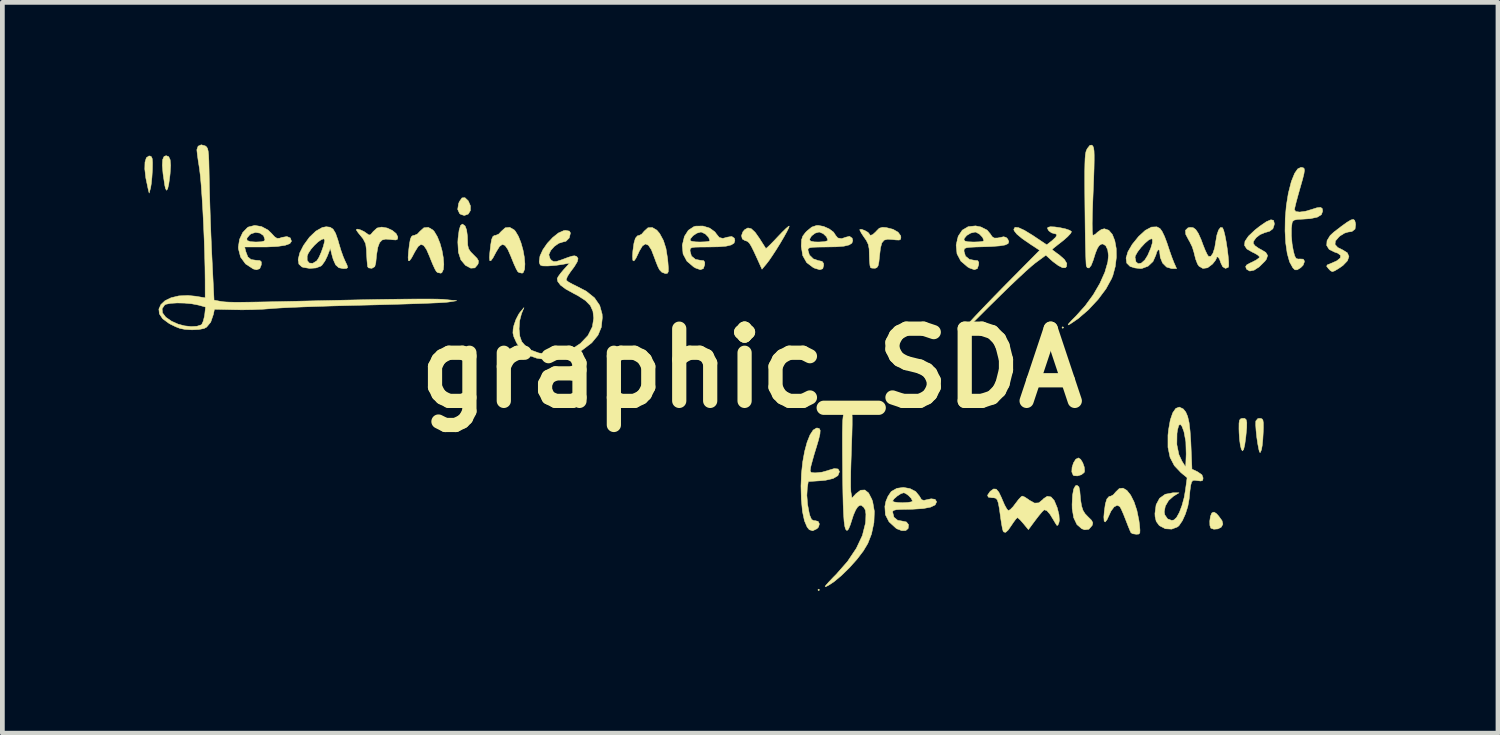
<source format=kicad_pcb>
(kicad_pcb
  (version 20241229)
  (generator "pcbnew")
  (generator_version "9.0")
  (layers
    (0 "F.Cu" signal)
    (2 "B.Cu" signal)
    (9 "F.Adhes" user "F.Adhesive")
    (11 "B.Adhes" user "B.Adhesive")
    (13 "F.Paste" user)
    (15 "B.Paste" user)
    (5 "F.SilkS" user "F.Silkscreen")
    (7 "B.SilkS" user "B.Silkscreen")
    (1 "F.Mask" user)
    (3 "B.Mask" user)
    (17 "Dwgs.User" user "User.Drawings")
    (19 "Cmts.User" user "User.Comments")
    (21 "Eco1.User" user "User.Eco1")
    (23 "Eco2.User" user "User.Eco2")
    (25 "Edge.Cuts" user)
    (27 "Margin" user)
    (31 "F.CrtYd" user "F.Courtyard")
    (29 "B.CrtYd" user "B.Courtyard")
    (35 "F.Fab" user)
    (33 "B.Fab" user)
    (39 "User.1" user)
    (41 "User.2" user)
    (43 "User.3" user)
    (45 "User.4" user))
  (footprint "graphic_SDA"
    (layer "F.Cu")
    (at 12.805 4.719)
    (property "Reference" "graphic_SDA" (at 0 0 0) (layer "F.SilkS") (effects (font (size 1.524 1.524) (thickness 0.3))))
    (attr through_hole)
    (fp_poly (pts (xy 1.436 4.677) (xy 1.419 4.695) (xy 1.401 4.677) (xy 1.419 4.66) (xy 1.436 4.677)) (stroke (width 0.01) (type solid)) (fill yes) (layer "F.SilkS"))
    (fp_poly (pts (xy 6.586 -0.858) (xy 6.569 -0.841) (xy 6.551 -0.858) (xy 6.569 -0.876) (xy 6.586 -0.858)) (stroke (width 0.01) (type solid)) (fill yes) (layer "F.SilkS"))
    (fp_poly (pts (xy -5.977 -3.533) (xy -5.975 -3.531) (xy -5.929 -3.425) (xy -5.93 -3.327) (xy -5.975 -3.253) (xy -6.057 -3.223) (xy -6.061 -3.223) (xy -6.135 -3.247) (xy -6.159 -3.265) (xy -6.198 -3.352) (xy -6.179 -3.475) (xy -6.16 -3.519) (xy -6.107 -3.594) (xy -6.045 -3.598) (xy -5.977 -3.533)) (stroke (width 0.01) (type solid)) (fill yes) (layer "F.SilkS"))
    (fp_poly (pts (xy 6.945 1.922) (xy 6.99 1.996) (xy 7.022 2.087) (xy 7.029 2.169) (xy 7.02 2.2) (xy 6.961 2.247) (xy 6.878 2.272) (xy 6.805 2.267) (xy 6.787 2.255) (xy 6.759 2.188) (xy 6.764 2.093) (xy 6.795 1.996) (xy 6.842 1.921) (xy 6.897 1.892) (xy 6.945 1.922)) (stroke (width 0.01) (type solid)) (fill yes) (layer "F.SilkS"))
    (fp_poly (pts (xy -12.296 -4.464) (xy -12.265 -4.398) (xy -12.255 -4.28) (xy -12.266 -4.103) (xy -12.271 -4.055) (xy -12.294 -3.887) (xy -12.317 -3.787) (xy -12.34 -3.754) (xy -12.363 -3.79) (xy -12.379 -3.863) (xy -12.415 -4.103) (xy -12.43 -4.281) (xy -12.423 -4.401) (xy -12.394 -4.467) (xy -12.35 -4.484) (xy -12.296 -4.464)) (stroke (width 0.01) (type solid)) (fill yes) (layer "F.SilkS"))
    (fp_poly (pts (xy 9.811 3.068) (xy 9.858 3.12) (xy 9.929 3.218) (xy 9.946 3.29) (xy 9.914 3.35) (xy 9.908 3.356) (xy 9.841 3.39) (xy 9.756 3.397) (xy 9.693 3.375) (xy 9.693 3.375) (xy 9.672 3.316) (xy 9.67 3.223) (xy 9.684 3.126) (xy 9.711 3.059) (xy 9.718 3.051) (xy 9.76 3.036) (xy 9.811 3.068)) (stroke (width 0.01) (type solid)) (fill yes) (layer "F.SilkS"))
    (fp_poly (pts (xy -12.689 -4.477) (xy -12.66 -4.461) (xy -12.643 -4.42) (xy -12.637 -4.34) (xy -12.639 -4.205) (xy -12.64 -4.182) (xy -12.649 -4.034) (xy -12.662 -3.901) (xy -12.677 -3.808) (xy -12.679 -3.798) (xy -12.708 -3.696) (xy -12.73 -3.784) (xy -12.778 -4.012) (xy -12.8 -4.202) (xy -12.796 -4.347) (xy -12.767 -4.441) (xy -12.712 -4.478) (xy -12.689 -4.477)) (stroke (width 0.01) (type solid)) (fill yes) (layer "F.SilkS"))
    (fp_poly (pts (xy 10.407 1.059) (xy 10.437 1.085) (xy 10.451 1.147) (xy 10.449 1.255) (xy 10.433 1.422) (xy 10.431 1.445) (xy 10.408 1.614) (xy 10.384 1.714) (xy 10.359 1.745) (xy 10.335 1.707) (xy 10.314 1.62) (xy 10.299 1.51) (xy 10.289 1.368) (xy 10.286 1.279) (xy 10.287 1.161) (xy 10.297 1.096) (xy 10.323 1.067) (xy 10.357 1.058) (xy 10.407 1.059)) (stroke (width 0.01) (type solid)) (fill yes) (layer "F.SilkS"))
    (fp_poly (pts (xy 10.77 1.068) (xy 10.791 1.094) (xy 10.8 1.152) (xy 10.801 1.255) (xy 10.797 1.36) (xy 10.789 1.506) (xy 10.776 1.632) (xy 10.761 1.716) (xy 10.757 1.728) (xy 10.735 1.78) (xy 10.72 1.769) (xy 10.706 1.717) (xy 10.683 1.6) (xy 10.662 1.459) (xy 10.647 1.318) (xy 10.639 1.197) (xy 10.641 1.12) (xy 10.642 1.113) (xy 10.685 1.062) (xy 10.734 1.058) (xy 10.77 1.068)) (stroke (width 0.01) (type solid)) (fill yes) (layer "F.SilkS"))
    (fp_poly (pts (xy 6.909 2.503) (xy 6.928 2.593) (xy 6.944 2.777) (xy 6.965 2.907) (xy 6.995 3) (xy 7.04 3.072) (xy 7.101 3.135) (xy 7.175 3.209) (xy 7.202 3.262) (xy 7.191 3.311) (xy 7.187 3.319) (xy 7.119 3.397) (xy 7.031 3.409) (xy 6.968 3.386) (xy 6.867 3.298) (xy 6.799 3.155) (xy 6.767 2.964) (xy 6.765 2.873) (xy 6.775 2.679) (xy 6.798 2.55) (xy 6.835 2.482) (xy 6.868 2.47) (xy 6.909 2.503)) (stroke (width 0.01) (type solid)) (fill yes) (layer "F.SilkS"))
    (fp_poly (pts (xy -6.048 -3.006) (xy -6.041 -2.998) (xy -6.01 -2.916) (xy -5.993 -2.787) (xy -5.991 -2.721) (xy -5.987 -2.6) (xy -5.969 -2.521) (xy -5.926 -2.456) (xy -5.864 -2.393) (xy -5.789 -2.317) (xy -5.759 -2.264) (xy -5.765 -2.212) (xy -5.775 -2.188) (xy -5.836 -2.117) (xy -5.922 -2.111) (xy -6.03 -2.168) (xy -6.036 -2.173) (xy -6.131 -2.286) (xy -6.183 -2.446) (xy -6.195 -2.659) (xy -6.19 -2.744) (xy -6.168 -2.912) (xy -6.138 -3.011) (xy -6.098 -3.042) (xy -6.048 -3.006)) (stroke (width 0.01) (type solid)) (fill yes) (layer "F.SilkS"))
    (fp_poly (pts (xy -1.997 -2.913) (xy -1.937 -2.842) (xy -1.858 -2.696) (xy -1.804 -2.527) (xy -1.77 -2.314) (xy -1.762 -2.233) (xy -1.753 -2.108) (xy -1.755 -2.037) (xy -1.771 -2.005) (xy -1.804 -1.997) (xy -1.816 -1.997) (xy -1.89 -2.025) (xy -1.94 -2.076) (xy -1.979 -2.155) (xy -2.024 -2.269) (xy -2.047 -2.333) (xy -2.111 -2.499) (xy -2.174 -2.595) (xy -2.237 -2.622) (xy -2.301 -2.58) (xy -2.368 -2.468) (xy -2.38 -2.44) (xy -2.439 -2.317) (xy -2.48 -2.263) (xy -2.503 -2.277) (xy -2.509 -2.359) (xy -2.502 -2.476) (xy -2.479 -2.639) (xy -2.449 -2.742) (xy -2.406 -2.793) (xy -2.365 -2.803) (xy -2.316 -2.829) (xy -2.262 -2.892) (xy -2.184 -2.963) (xy -2.092 -2.969) (xy -1.997 -2.913)) (stroke (width 0.01) (type solid)) (fill yes) (layer "F.SilkS"))
    (fp_poly (pts (xy -6.723 -2.917) (xy -6.693 -2.885) (xy -6.628 -2.776) (xy -6.572 -2.637) (xy -6.529 -2.484) (xy -6.502 -2.331) (xy -6.491 -2.192) (xy -6.501 -2.082) (xy -6.532 -2.016) (xy -6.555 -2.005) (xy -6.623 -2.019) (xy -6.649 -2.041) (xy -6.68 -2.095) (xy -6.726 -2.195) (xy -6.778 -2.322) (xy -6.788 -2.349) (xy -6.855 -2.504) (xy -6.916 -2.591) (xy -6.973 -2.612) (xy -7.033 -2.569) (xy -7.099 -2.462) (xy -7.103 -2.455) (xy -7.171 -2.328) (xy -7.215 -2.267) (xy -7.239 -2.27) (xy -7.244 -2.339) (xy -7.236 -2.452) (xy -7.217 -2.613) (xy -7.198 -2.717) (xy -7.176 -2.774) (xy -7.144 -2.799) (xy -7.114 -2.803) (xy -7.05 -2.83) (xy -6.993 -2.89) (xy -6.912 -2.963) (xy -6.818 -2.972) (xy -6.723 -2.917)) (stroke (width 0.01) (type solid)) (fill yes) (layer "F.SilkS"))
    (fp_poly (pts (xy -5.006 -2.918) (xy -4.98 -2.888) (xy -4.917 -2.783) (xy -4.863 -2.647) (xy -4.82 -2.494) (xy -4.792 -2.34) (xy -4.78 -2.2) (xy -4.787 -2.088) (xy -4.815 -2.019) (xy -4.838 -2.005) (xy -4.907 -2.02) (xy -4.933 -2.041) (xy -4.963 -2.095) (xy -5.009 -2.195) (xy -5.061 -2.322) (xy -5.071 -2.349) (xy -5.139 -2.504) (xy -5.199 -2.591) (xy -5.257 -2.612) (xy -5.316 -2.569) (xy -5.382 -2.462) (xy -5.386 -2.455) (xy -5.454 -2.328) (xy -5.499 -2.267) (xy -5.522 -2.27) (xy -5.528 -2.339) (xy -5.519 -2.452) (xy -5.5 -2.613) (xy -5.482 -2.717) (xy -5.459 -2.774) (xy -5.428 -2.799) (xy -5.397 -2.803) (xy -5.333 -2.83) (xy -5.276 -2.89) (xy -5.195 -2.963) (xy -5.1 -2.972) (xy -5.006 -2.918)) (stroke (width 0.01) (type solid)) (fill yes) (layer "F.SilkS"))
    (fp_poly (pts (xy 0.787 -2.963) (xy 0.747 -2.882) (xy 0.685 -2.77) (xy 0.608 -2.639) (xy 0.524 -2.503) (xy 0.441 -2.376) (xy 0.369 -2.27) (xy 0.322 -2.209) (xy 0.222 -2.089) (xy 0.128 -2.297) (xy 0.053 -2.46) (xy -0.001 -2.569) (xy -0.042 -2.636) (xy -0.078 -2.672) (xy -0.114 -2.688) (xy -0.133 -2.691) (xy -0.193 -2.727) (xy -0.21 -2.797) (xy -0.181 -2.878) (xy -0.143 -2.923) (xy -0.075 -2.96) (xy -0.004 -2.943) (xy 0.077 -2.868) (xy 0.174 -2.731) (xy 0.177 -2.725) (xy 0.24 -2.626) (xy 0.286 -2.554) (xy 0.304 -2.526) (xy 0.33 -2.544) (xy 0.393 -2.604) (xy 0.481 -2.694) (xy 0.547 -2.764) (xy 0.647 -2.869) (xy 0.729 -2.949) (xy 0.783 -2.994) (xy 0.797 -2.999) (xy 0.787 -2.963)) (stroke (width 0.01) (type solid)) (fill yes) (layer "F.SilkS"))
    (fp_poly (pts (xy -7.687 -2.958) (xy -7.579 -2.908) (xy -7.497 -2.841) (xy -7.462 -2.77) (xy -7.462 -2.766) (xy -7.469 -2.722) (xy -7.503 -2.706) (xy -7.581 -2.711) (xy -7.614 -2.716) (xy -7.718 -2.724) (xy -7.793 -2.705) (xy -7.846 -2.65) (xy -7.883 -2.552) (xy -7.909 -2.399) (xy -7.926 -2.225) (xy -7.948 -2.143) (xy -8.005 -2.11) (xy -8.014 -2.108) (xy -8.079 -2.117) (xy -8.099 -2.143) (xy -8.112 -2.272) (xy -8.121 -2.427) (xy -8.123 -2.495) (xy -8.14 -2.626) (xy -8.193 -2.73) (xy -8.233 -2.78) (xy -8.296 -2.857) (xy -8.334 -2.912) (xy -8.338 -2.924) (xy -8.312 -2.935) (xy -8.25 -2.919) (xy -8.175 -2.884) (xy -8.116 -2.843) (xy -8.069 -2.81) (xy -8.032 -2.821) (xy -7.982 -2.882) (xy -7.899 -2.958) (xy -7.801 -2.978) (xy -7.687 -2.958)) (stroke (width 0.01) (type solid)) (fill yes) (layer "F.SilkS"))
    (fp_poly (pts (xy 7.922 2.579) (xy 8 2.677) (xy 8.072 2.82) (xy 8.132 3) (xy 8.175 3.211) (xy 8.187 3.302) (xy 8.197 3.415) (xy 8.194 3.475) (xy 8.172 3.499) (xy 8.125 3.503) (xy 8.118 3.503) (xy 8.042 3.492) (xy 8.007 3.47) (xy 7.985 3.423) (xy 7.947 3.33) (xy 7.9 3.209) (xy 7.896 3.199) (xy 7.847 3.075) (xy 7.803 2.975) (xy 7.772 2.919) (xy 7.771 2.917) (xy 7.715 2.892) (xy 7.65 2.927) (xy 7.586 3.014) (xy 7.556 3.079) (xy 7.502 3.196) (xy 7.464 3.244) (xy 7.441 3.225) (xy 7.435 3.139) (xy 7.444 3.027) (xy 7.467 2.862) (xy 7.499 2.759) (xy 7.544 2.708) (xy 7.585 2.698) (xy 7.634 2.671) (xy 7.687 2.61) (xy 7.76 2.539) (xy 7.84 2.53) (xy 7.922 2.579)) (stroke (width 0.01) (type solid)) (fill yes) (layer "F.SilkS"))
    (fp_poly (pts (xy 12.727 -3.12) (xy 12.741 -3.07) (xy 12.747 -3.032) (xy 12.735 -2.936) (xy 12.67 -2.885) (xy 12.587 -2.873) (xy 12.512 -2.85) (xy 12.422 -2.794) (xy 12.397 -2.773) (xy 12.321 -2.685) (xy 12.312 -2.612) (xy 12.37 -2.547) (xy 12.472 -2.497) (xy 12.572 -2.435) (xy 12.606 -2.356) (xy 12.574 -2.266) (xy 12.479 -2.167) (xy 12.389 -2.105) (xy 12.304 -2.054) (xy 12.255 -2.038) (xy 12.217 -2.057) (xy 12.175 -2.101) (xy 12.136 -2.151) (xy 12.148 -2.179) (xy 12.214 -2.206) (xy 12.352 -2.267) (xy 12.424 -2.326) (xy 12.43 -2.381) (xy 12.369 -2.428) (xy 12.301 -2.451) (xy 12.189 -2.507) (xy 12.137 -2.59) (xy 12.144 -2.691) (xy 12.21 -2.8) (xy 12.286 -2.87) (xy 12.45 -2.996) (xy 12.568 -3.081) (xy 12.648 -3.128) (xy 12.698 -3.14) (xy 12.727 -3.12)) (stroke (width 0.01) (type solid)) (fill yes) (layer "F.SilkS"))
    (fp_poly (pts (xy 11.015 -3.12) (xy 11.032 -3.054) (xy 11.029 -3.025) (xy 11.002 -2.943) (xy 10.934 -2.891) (xy 10.825 -2.859) (xy 10.73 -2.819) (xy 10.646 -2.753) (xy 10.594 -2.679) (xy 10.587 -2.633) (xy 10.623 -2.585) (xy 10.702 -2.529) (xy 10.747 -2.506) (xy 10.852 -2.443) (xy 10.89 -2.378) (xy 10.865 -2.301) (xy 10.834 -2.259) (xy 10.714 -2.14) (xy 10.605 -2.069) (xy 10.514 -2.05) (xy 10.45 -2.086) (xy 10.442 -2.099) (xy 10.427 -2.144) (xy 10.448 -2.179) (xy 10.518 -2.218) (xy 10.563 -2.238) (xy 10.654 -2.286) (xy 10.711 -2.329) (xy 10.721 -2.347) (xy 10.691 -2.381) (xy 10.616 -2.427) (xy 10.563 -2.452) (xy 10.453 -2.516) (xy 10.403 -2.591) (xy 10.413 -2.679) (xy 10.486 -2.786) (xy 10.621 -2.914) (xy 10.725 -2.996) (xy 10.863 -3.091) (xy 10.96 -3.132) (xy 11.015 -3.12)) (stroke (width 0.01) (type solid)) (fill yes) (layer "F.SilkS"))
    (fp_poly (pts (xy 2.845 -2.967) (xy 2.987 -2.931) (xy 3.093 -2.87) (xy 3.148 -2.795) (xy 3.153 -2.764) (xy 3.147 -2.721) (xy 3.116 -2.704) (xy 3.043 -2.707) (xy 2.984 -2.714) (xy 2.873 -2.722) (xy 2.799 -2.702) (xy 2.751 -2.644) (xy 2.722 -2.536) (xy 2.703 -2.375) (xy 2.689 -2.241) (xy 2.672 -2.162) (xy 2.646 -2.123) (xy 2.609 -2.109) (xy 2.539 -2.112) (xy 2.512 -2.124) (xy 2.5 -2.169) (xy 2.491 -2.264) (xy 2.487 -2.381) (xy 2.483 -2.517) (xy 2.465 -2.612) (xy 2.425 -2.695) (xy 2.378 -2.762) (xy 2.32 -2.849) (xy 2.288 -2.91) (xy 2.286 -2.928) (xy 2.328 -2.929) (xy 2.395 -2.903) (xy 2.459 -2.866) (xy 2.487 -2.832) (xy 2.487 -2.832) (xy 2.508 -2.802) (xy 2.558 -2.819) (xy 2.621 -2.876) (xy 2.637 -2.894) (xy 2.697 -2.954) (xy 2.765 -2.973) (xy 2.845 -2.967)) (stroke (width 0.01) (type solid)) (fill yes) (layer "F.SilkS"))
    (fp_poly (pts (xy -10.337 -2.989) (xy -10.2 -2.915) (xy -10.133 -2.851) (xy -10.061 -2.773) (xy -10.01 -2.74) (xy -9.956 -2.743) (xy -9.907 -2.76) (xy -9.802 -2.778) (xy -9.73 -2.749) (xy -9.705 -2.679) (xy -9.739 -2.63) (xy -9.84 -2.593) (xy -10.005 -2.569) (xy -10.234 -2.558) (xy -10.309 -2.558) (xy -10.693 -2.558) (xy -10.669 -2.461) (xy -10.626 -2.349) (xy -10.558 -2.293) (xy -10.451 -2.277) (xy -10.371 -2.272) (xy -10.341 -2.244) (xy -10.342 -2.181) (xy -10.375 -2.1) (xy -10.445 -2.077) (xy -10.512 -2.095) (xy -10.674 -2.201) (xy -10.779 -2.345) (xy -10.824 -2.519) (xy -10.826 -2.557) (xy -10.801 -2.719) (xy -10.789 -2.744) (xy -10.646 -2.744) (xy -10.643 -2.696) (xy -10.574 -2.67) (xy -10.458 -2.663) (xy -10.34 -2.668) (xy -10.28 -2.685) (xy -10.265 -2.713) (xy -10.294 -2.797) (xy -10.368 -2.85) (xy -10.463 -2.866) (xy -10.558 -2.836) (xy -10.586 -2.815) (xy -10.646 -2.744) (xy -10.789 -2.744) (xy -10.734 -2.863) (xy -10.635 -2.966) (xy -10.612 -2.98) (xy -10.481 -3.013) (xy -10.337 -2.989)) (stroke (width 0.01) (type solid)) (fill yes) (layer "F.SilkS"))
    (fp_poly (pts (xy 9.318 -2.966) (xy 9.373 -2.927) (xy 9.428 -2.845) (xy 9.488 -2.711) (xy 9.529 -2.6) (xy 9.575 -2.485) (xy 9.617 -2.398) (xy 9.645 -2.358) (xy 9.693 -2.362) (xy 9.737 -2.426) (xy 9.774 -2.54) (xy 9.795 -2.667) (xy 9.82 -2.81) (xy 9.855 -2.914) (xy 9.896 -2.969) (xy 9.937 -2.965) (xy 9.941 -2.96) (xy 9.964 -2.906) (xy 9.99 -2.803) (xy 10.016 -2.668) (xy 10.039 -2.519) (xy 10.057 -2.373) (xy 10.068 -2.247) (xy 10.069 -2.16) (xy 10.061 -2.129) (xy 10.001 -2.106) (xy 9.943 -2.141) (xy 9.901 -2.226) (xy 9.898 -2.24) (xy 9.872 -2.309) (xy 9.84 -2.348) (xy 9.815 -2.345) (xy 9.81 -2.317) (xy 9.788 -2.274) (xy 9.734 -2.206) (xy 9.724 -2.195) (xy 9.623 -2.119) (xy 9.525 -2.105) (xy 9.443 -2.153) (xy 9.412 -2.198) (xy 9.373 -2.299) (xy 9.342 -2.419) (xy 9.339 -2.435) (xy 9.302 -2.557) (xy 9.241 -2.681) (xy 9.226 -2.704) (xy 9.163 -2.824) (xy 9.157 -2.91) (xy 9.209 -2.961) (xy 9.253 -2.971) (xy 9.318 -2.966)) (stroke (width 0.01) (type solid)) (fill yes) (layer "F.SilkS"))
    (fp_poly (pts (xy 1.43 1.272) (xy 1.45 1.311) (xy 1.445 1.388) (xy 1.415 1.513) (xy 1.373 1.655) (xy 1.325 1.81) (xy 1.285 1.952) (xy 1.256 2.06) (xy 1.249 2.093) (xy 1.239 2.167) (xy 1.259 2.199) (xy 1.324 2.207) (xy 1.363 2.207) (xy 1.49 2.193) (xy 1.618 2.157) (xy 1.629 2.152) (xy 1.748 2.117) (xy 1.827 2.126) (xy 1.857 2.179) (xy 1.857 2.183) (xy 1.824 2.266) (xy 1.725 2.326) (xy 1.563 2.364) (xy 1.458 2.374) (xy 1.199 2.391) (xy 1.178 2.523) (xy 1.169 2.683) (xy 1.184 2.874) (xy 1.219 3.061) (xy 1.233 3.111) (xy 1.268 3.192) (xy 1.317 3.217) (xy 1.342 3.216) (xy 1.407 3.232) (xy 1.433 3.285) (xy 1.415 3.351) (xy 1.381 3.387) (xy 1.292 3.43) (xy 1.22 3.407) (xy 1.175 3.352) (xy 1.118 3.219) (xy 1.076 3.022) (xy 1.052 2.765) (xy 1.045 2.485) (xy 1.055 2.226) (xy 1.081 1.979) (xy 1.122 1.754) (xy 1.174 1.561) (xy 1.235 1.408) (xy 1.302 1.305) (xy 1.373 1.262) (xy 1.384 1.261) (xy 1.43 1.272)) (stroke (width 0.01) (type solid)) (fill yes) (layer "F.SilkS"))
    (fp_poly (pts (xy 8.618 -2.949) (xy 8.663 -2.888) (xy 8.715 -2.781) (xy 8.765 -2.649) (xy 8.772 -2.628) (xy 8.821 -2.48) (xy 8.87 -2.341) (xy 8.91 -2.238) (xy 8.912 -2.233) (xy 8.97 -2.102) (xy 8.867 -2.102) (xy 8.759 -2.134) (xy 8.674 -2.219) (xy 8.625 -2.339) (xy 8.618 -2.407) (xy 8.608 -2.486) (xy 8.583 -2.502) (xy 8.553 -2.456) (xy 8.531 -2.384) (xy 8.472 -2.251) (xy 8.368 -2.153) (xy 8.239 -2.105) (xy 8.202 -2.103) (xy 8.089 -2.116) (xy 7.99 -2.147) (xy 7.988 -2.148) (xy 7.918 -2.218) (xy 7.904 -2.323) (xy 7.909 -2.34) (xy 8.093 -2.34) (xy 8.112 -2.245) (xy 8.16 -2.205) (xy 8.226 -2.218) (xy 8.299 -2.283) (xy 8.361 -2.382) (xy 8.425 -2.531) (xy 8.459 -2.645) (xy 8.461 -2.715) (xy 8.439 -2.733) (xy 8.381 -2.706) (xy 8.302 -2.638) (xy 8.218 -2.548) (xy 8.145 -2.453) (xy 8.1 -2.372) (xy 8.093 -2.34) (xy 7.909 -2.34) (xy 7.943 -2.457) (xy 8.033 -2.612) (xy 8.17 -2.781) (xy 8.311 -2.91) (xy 8.441 -2.978) (xy 8.553 -2.983) (xy 8.618 -2.949)) (stroke (width 0.01) (type solid)) (fill yes) (layer "F.SilkS"))
    (fp_poly (pts (xy -8.89 -2.975) (xy -8.827 -2.933) (xy -8.775 -2.847) (xy -8.726 -2.707) (xy -8.704 -2.628) (xy -8.661 -2.486) (xy -8.613 -2.351) (xy -8.578 -2.27) (xy -8.532 -2.173) (xy -8.52 -2.123) (xy -8.547 -2.105) (xy -8.614 -2.102) (xy -8.706 -2.12) (xy -8.773 -2.18) (xy -8.824 -2.294) (xy -8.846 -2.37) (xy -8.886 -2.53) (xy -8.948 -2.368) (xy -9 -2.261) (xy -9.06 -2.177) (xy -9.085 -2.155) (xy -9.187 -2.116) (xy -9.322 -2.106) (xy -9.456 -2.128) (xy -9.486 -2.138) (xy -9.549 -2.197) (xy -9.564 -2.298) (xy -9.546 -2.367) (xy -9.374 -2.367) (xy -9.374 -2.273) (xy -9.329 -2.219) (xy -9.257 -2.213) (xy -9.175 -2.263) (xy -9.165 -2.274) (xy -9.123 -2.342) (xy -9.076 -2.45) (xy -9.034 -2.568) (xy -9.008 -2.669) (xy -9.004 -2.703) (xy -9.024 -2.731) (xy -9.074 -2.714) (xy -9.145 -2.665) (xy -9.222 -2.593) (xy -9.295 -2.509) (xy -9.35 -2.426) (xy -9.374 -2.367) (xy -9.546 -2.367) (xy -9.53 -2.434) (xy -9.451 -2.591) (xy -9.325 -2.765) (xy -9.19 -2.893) (xy -9.056 -2.969) (xy -8.973 -2.985) (xy -8.89 -2.975)) (stroke (width 0.01) (type solid)) (fill yes) (layer "F.SilkS"))
    (fp_poly (pts (xy 11.64 -4.23) (xy 11.661 -4.213) (xy 11.667 -4.174) (xy 11.657 -4.104) (xy 11.629 -3.99) (xy 11.581 -3.822) (xy 11.575 -3.801) (xy 11.529 -3.638) (xy 11.491 -3.498) (xy 11.466 -3.394) (xy 11.456 -3.343) (xy 11.486 -3.305) (xy 11.567 -3.295) (xy 11.686 -3.311) (xy 11.807 -3.346) (xy 11.933 -3.386) (xy 12.008 -3.394) (xy 12.043 -3.369) (xy 12.052 -3.315) (xy 12.024 -3.239) (xy 11.938 -3.187) (xy 11.791 -3.156) (xy 11.643 -3.146) (xy 11.521 -3.14) (xy 11.452 -3.125) (xy 11.418 -3.097) (xy 11.407 -3.068) (xy 11.392 -2.951) (xy 11.392 -2.793) (xy 11.407 -2.622) (xy 11.434 -2.47) (xy 11.462 -2.367) (xy 11.491 -2.317) (xy 11.533 -2.303) (xy 11.571 -2.305) (xy 11.642 -2.301) (xy 11.666 -2.262) (xy 11.666 -2.246) (xy 11.64 -2.174) (xy 11.589 -2.122) (xy 11.514 -2.076) (xy 11.467 -2.076) (xy 11.423 -2.118) (xy 11.354 -2.243) (xy 11.304 -2.422) (xy 11.272 -2.644) (xy 11.258 -2.894) (xy 11.262 -3.16) (xy 11.285 -3.429) (xy 11.327 -3.689) (xy 11.387 -3.925) (xy 11.397 -3.955) (xy 11.461 -4.113) (xy 11.526 -4.206) (xy 11.594 -4.238) (xy 11.64 -4.23)) (stroke (width 0.01) (type solid)) (fill yes) (layer "F.SilkS"))
    (fp_poly (pts (xy -0.881 -2.956) (xy -0.771 -2.876) (xy -0.741 -2.834) (xy -0.679 -2.758) (xy -0.604 -2.739) (xy -0.508 -2.765) (xy -0.416 -2.78) (xy -0.361 -2.743) (xy -0.35 -2.693) (xy -0.368 -2.639) (xy -0.428 -2.601) (xy -0.535 -2.575) (xy -0.698 -2.562) (xy -0.913 -2.558) (xy -1.081 -2.557) (xy -1.191 -2.554) (xy -1.255 -2.545) (xy -1.286 -2.528) (xy -1.295 -2.5) (xy -1.296 -2.472) (xy -1.266 -2.366) (xy -1.183 -2.297) (xy -1.081 -2.277) (xy -1.008 -2.27) (xy -0.985 -2.233) (xy -0.987 -2.181) (xy -1.016 -2.101) (xy -1.079 -2.079) (xy -1.179 -2.114) (xy -1.218 -2.136) (xy -1.362 -2.259) (xy -1.443 -2.41) (xy -1.459 -2.588) (xy -1.458 -2.603) (xy -1.434 -2.698) (xy -1.296 -2.698) (xy -1.264 -2.679) (xy -1.181 -2.666) (xy -1.086 -2.663) (xy -0.975 -2.667) (xy -0.899 -2.677) (xy -0.876 -2.69) (xy -0.905 -2.763) (xy -0.972 -2.832) (xy -1.052 -2.871) (xy -1.071 -2.873) (xy -1.152 -2.85) (xy -1.233 -2.796) (xy -1.287 -2.731) (xy -1.296 -2.698) (xy -1.434 -2.698) (xy -1.415 -2.78) (xy -1.332 -2.91) (xy -1.217 -2.986) (xy -1.174 -2.998) (xy -1.023 -3) (xy -0.881 -2.956)) (stroke (width 0.01) (type solid)) (fill yes) (layer "F.SilkS"))
    (fp_poly (pts (xy 3.345 2.54) (xy 3.465 2.602) (xy 3.545 2.7) (xy 3.546 2.703) (xy 3.589 2.774) (xy 3.64 2.789) (xy 3.661 2.783) (xy 3.791 2.755) (xy 3.874 2.766) (xy 3.906 2.816) (xy 3.906 2.82) (xy 3.876 2.884) (xy 3.782 2.93) (xy 3.624 2.961) (xy 3.4 2.975) (xy 3.32 2.976) (xy 3.159 2.979) (xy 3.057 2.985) (xy 3.001 2.999) (xy 2.98 3.02) (xy 2.978 3.033) (xy 3.006 3.144) (xy 3.085 3.209) (xy 3.168 3.223) (xy 3.269 3.244) (xy 3.315 3.302) (xy 3.306 3.381) (xy 3.256 3.425) (xy 3.171 3.427) (xy 3.071 3.389) (xy 3.047 3.373) (xy 2.903 3.241) (xy 2.826 3.091) (xy 2.815 2.917) (xy 2.835 2.815) (xy 2.838 2.805) (xy 2.978 2.805) (xy 3.01 2.822) (xy 3.092 2.834) (xy 3.188 2.838) (xy 3.3 2.832) (xy 3.376 2.819) (xy 3.398 2.803) (xy 3.372 2.747) (xy 3.311 2.683) (xy 3.243 2.637) (xy 3.21 2.628) (xy 3.151 2.648) (xy 3.075 2.697) (xy 3.009 2.755) (xy 2.978 2.802) (xy 2.978 2.805) (xy 2.838 2.805) (xy 2.88 2.704) (xy 2.943 2.61) (xy 2.954 2.598) (xy 3.068 2.534) (xy 3.205 2.515) (xy 3.345 2.54)) (stroke (width 0.01) (type solid)) (fill yes) (layer "F.SilkS"))
    (fp_poly (pts (xy 4.839 -2.981) (xy 4.972 -2.914) (xy 5.039 -2.834) (xy 5.079 -2.774) (xy 5.125 -2.746) (xy 5.198 -2.748) (xy 5.316 -2.773) (xy 5.322 -2.774) (xy 5.375 -2.758) (xy 5.407 -2.725) (xy 5.43 -2.67) (xy 5.414 -2.629) (xy 5.351 -2.6) (xy 5.235 -2.581) (xy 5.06 -2.568) (xy 4.921 -2.563) (xy 4.74 -2.558) (xy 4.617 -2.552) (xy 4.542 -2.543) (xy 4.502 -2.528) (xy 4.487 -2.505) (xy 4.484 -2.471) (xy 4.484 -2.47) (xy 4.515 -2.365) (xy 4.598 -2.297) (xy 4.699 -2.277) (xy 4.773 -2.27) (xy 4.796 -2.233) (xy 4.793 -2.181) (xy 4.765 -2.101) (xy 4.702 -2.079) (xy 4.602 -2.114) (xy 4.563 -2.136) (xy 4.418 -2.26) (xy 4.337 -2.413) (xy 4.319 -2.596) (xy 4.32 -2.604) (xy 4.345 -2.713) (xy 4.484 -2.713) (xy 4.502 -2.684) (xy 4.565 -2.668) (xy 4.684 -2.663) (xy 4.695 -2.663) (xy 4.805 -2.667) (xy 4.882 -2.677) (xy 4.905 -2.69) (xy 4.877 -2.761) (xy 4.811 -2.83) (xy 4.737 -2.87) (xy 4.718 -2.873) (xy 4.627 -2.852) (xy 4.543 -2.802) (xy 4.491 -2.74) (xy 4.484 -2.713) (xy 4.345 -2.713) (xy 4.362 -2.784) (xy 4.448 -2.913) (xy 4.573 -2.987) (xy 4.729 -3.003) (xy 4.839 -2.981)) (stroke (width 0.01) (type solid)) (fill yes) (layer "F.SilkS"))
    (fp_poly (pts (xy 1.522 -2.992) (xy 1.639 -2.94) (xy 1.732 -2.871) (xy 1.777 -2.801) (xy 1.822 -2.748) (xy 1.902 -2.734) (xy 1.992 -2.764) (xy 1.994 -2.765) (xy 2.069 -2.783) (xy 2.124 -2.745) (xy 2.137 -2.693) (xy 2.119 -2.639) (xy 2.06 -2.601) (xy 1.952 -2.575) (xy 1.79 -2.562) (xy 1.574 -2.558) (xy 1.405 -2.556) (xy 1.295 -2.552) (xy 1.23 -2.542) (xy 1.199 -2.525) (xy 1.191 -2.499) (xy 1.191 -2.495) (xy 1.223 -2.388) (xy 1.305 -2.307) (xy 1.411 -2.271) (xy 1.49 -2.254) (xy 1.521 -2.212) (xy 1.524 -2.173) (xy 1.504 -2.099) (xy 1.443 -2.078) (xy 1.337 -2.109) (xy 1.301 -2.126) (xy 1.165 -2.229) (xy 1.082 -2.376) (xy 1.051 -2.569) (xy 1.051 -2.587) (xy 1.057 -2.706) (xy 1.058 -2.71) (xy 1.226 -2.71) (xy 1.25 -2.68) (xy 1.329 -2.665) (xy 1.419 -2.663) (xy 1.542 -2.67) (xy 1.605 -2.69) (xy 1.612 -2.704) (xy 1.583 -2.774) (xy 1.515 -2.839) (xy 1.436 -2.872) (xy 1.425 -2.873) (xy 1.342 -2.849) (xy 1.267 -2.791) (xy 1.227 -2.723) (xy 1.226 -2.71) (xy 1.058 -2.71) (xy 1.082 -2.786) (xy 1.138 -2.861) (xy 1.17 -2.894) (xy 1.273 -2.978) (xy 1.371 -3.011) (xy 1.407 -3.013) (xy 1.522 -2.992)) (stroke (width 0.01) (type solid)) (fill yes) (layer "F.SilkS"))
    (fp_poly (pts (xy 5.165 2.552) (xy 5.219 2.615) (xy 5.279 2.74) (xy 5.293 2.776) (xy 5.342 2.888) (xy 5.388 2.97) (xy 5.419 3.004) (xy 5.459 2.984) (xy 5.521 2.921) (xy 5.569 2.857) (xy 5.636 2.769) (xy 5.691 2.711) (xy 5.715 2.698) (xy 5.763 2.717) (xy 5.84 2.767) (xy 5.868 2.788) (xy 5.973 2.846) (xy 6.061 2.841) (xy 6.149 2.77) (xy 6.164 2.752) (xy 6.241 2.702) (xy 6.321 2.716) (xy 6.388 2.791) (xy 6.389 2.794) (xy 6.451 2.943) (xy 6.488 3.09) (xy 6.496 3.214) (xy 6.486 3.263) (xy 6.464 3.314) (xy 6.443 3.315) (xy 6.409 3.263) (xy 6.389 3.228) (xy 6.302 3.085) (xy 6.234 3.006) (xy 6.182 2.988) (xy 6.171 2.992) (xy 6.13 3.032) (xy 6.063 3.112) (xy 5.986 3.212) (xy 5.843 3.405) (xy 5.739 3.279) (xy 5.673 3.204) (xy 5.624 3.159) (xy 5.612 3.153) (xy 5.581 3.18) (xy 5.529 3.25) (xy 5.488 3.311) (xy 5.415 3.416) (xy 5.363 3.463) (xy 5.325 3.456) (xy 5.31 3.437) (xy 5.296 3.389) (xy 5.278 3.291) (xy 5.258 3.162) (xy 5.254 3.13) (xy 5.23 2.959) (xy 5.209 2.846) (xy 5.187 2.779) (xy 5.158 2.745) (xy 5.116 2.734) (xy 5.078 2.733) (xy 4.997 2.72) (xy 4.981 2.68) (xy 5.027 2.611) (xy 5.044 2.593) (xy 5.109 2.547) (xy 5.165 2.552)) (stroke (width 0.01) (type solid)) (fill yes) (layer "F.SilkS"))
    (fp_poly (pts (xy 6.4 -2.981) (xy 6.515 -2.964) (xy 6.627 -2.94) (xy 6.714 -2.91) (xy 6.753 -2.882) (xy 6.733 -2.843) (xy 6.67 -2.775) (xy 6.576 -2.693) (xy 6.554 -2.676) (xy 6.453 -2.597) (xy 6.378 -2.537) (xy 6.343 -2.507) (xy 6.341 -2.505) (xy 6.367 -2.483) (xy 6.434 -2.433) (xy 6.499 -2.386) (xy 6.603 -2.294) (xy 6.654 -2.21) (xy 6.646 -2.143) (xy 6.62 -2.119) (xy 6.563 -2.121) (xy 6.473 -2.167) (xy 6.362 -2.249) (xy 6.303 -2.301) (xy 6.212 -2.385) (xy 5.987 -2.219) (xy 5.906 -2.152) (xy 5.783 -2.043) (xy 5.628 -1.899) (xy 5.449 -1.729) (xy 5.255 -1.54) (xy 5.053 -1.341) (xy 4.992 -1.281) (xy 4.771 -1.06) (xy 4.598 -0.89) (xy 4.472 -0.771) (xy 4.395 -0.702) (xy 4.365 -0.685) (xy 4.383 -0.717) (xy 4.397 -0.735) (xy 4.467 -0.819) (xy 4.578 -0.943) (xy 4.723 -1.1) (xy 4.894 -1.28) (xy 5.082 -1.475) (xy 5.279 -1.677) (xy 5.326 -1.725) (xy 6.081 -2.488) (xy 5.887 -2.615) (xy 5.713 -2.735) (xy 5.599 -2.83) (xy 5.543 -2.901) (xy 5.535 -2.931) (xy 5.56 -2.973) (xy 5.635 -2.966) (xy 5.758 -2.91) (xy 5.93 -2.805) (xy 5.951 -2.791) (xy 6.23 -2.604) (xy 6.338 -2.688) (xy 6.419 -2.763) (xy 6.445 -2.814) (xy 6.413 -2.837) (xy 6.4 -2.838) (xy 6.333 -2.856) (xy 6.274 -2.899) (xy 6.246 -2.947) (xy 6.254 -2.972) (xy 6.306 -2.985) (xy 6.4 -2.981)) (stroke (width 0.01) (type solid)) (fill yes) (layer "F.SilkS"))
    (fp_poly (pts (xy 7.194 -4.697) (xy 7.209 -4.675) (xy 7.22 -4.64) (xy 7.228 -4.584) (xy 7.231 -4.499) (xy 7.231 -4.378) (xy 7.228 -4.213) (xy 7.221 -3.998) (xy 7.21 -3.724) (xy 7.203 -3.547) (xy 7.193 -3.27) (xy 7.189 -3.055) (xy 7.191 -2.905) (xy 7.198 -2.821) (xy 7.207 -2.803) (xy 7.254 -2.826) (xy 7.305 -2.873) (xy 7.381 -2.926) (xy 7.445 -2.943) (xy 7.539 -2.911) (xy 7.614 -2.823) (xy 7.666 -2.691) (xy 7.696 -2.527) (xy 7.699 -2.342) (xy 7.676 -2.148) (xy 7.625 -1.957) (xy 7.599 -1.892) (xy 7.48 -1.675) (xy 7.312 -1.451) (xy 7.111 -1.235) (xy 6.893 -1.047) (xy 6.72 -0.93) (xy 6.681 -0.913) (xy 6.691 -0.937) (xy 6.751 -1.004) (xy 6.852 -1.106) (xy 7.042 -1.318) (xy 7.212 -1.55) (xy 7.352 -1.791) (xy 7.457 -2.026) (xy 7.519 -2.241) (xy 7.532 -2.375) (xy 7.517 -2.498) (xy 7.475 -2.585) (xy 7.415 -2.622) (xy 7.38 -2.617) (xy 7.337 -2.588) (xy 7.299 -2.53) (xy 7.258 -2.43) (xy 7.211 -2.28) (xy 7.168 -2.17) (xy 7.124 -2.115) (xy 7.085 -2.12) (xy 7.064 -2.161) (xy 7.06 -2.211) (xy 7.055 -2.321) (xy 7.05 -2.484) (xy 7.045 -2.691) (xy 7.041 -2.933) (xy 7.038 -3.202) (xy 7.036 -3.383) (xy 7.033 -3.701) (xy 7.032 -3.956) (xy 7.032 -4.156) (xy 7.035 -4.31) (xy 7.039 -4.423) (xy 7.046 -4.505) (xy 7.056 -4.562) (xy 7.07 -4.603) (xy 7.087 -4.635) (xy 7.09 -4.64) (xy 7.141 -4.703) (xy 7.181 -4.707) (xy 7.194 -4.697)) (stroke (width 0.01) (type solid)) (fill yes) (layer "F.SilkS"))
    (fp_poly (pts (xy 2.091 0.816) (xy 2.108 0.853) (xy 2.119 0.923) (xy 2.125 1.034) (xy 2.125 1.192) (xy 2.12 1.404) (xy 2.11 1.679) (xy 2.109 1.726) (xy 2.101 1.959) (xy 2.095 2.174) (xy 2.093 2.361) (xy 2.093 2.506) (xy 2.097 2.598) (xy 2.099 2.614) (xy 2.12 2.739) (xy 2.205 2.648) (xy 2.303 2.574) (xy 2.392 2.569) (xy 2.471 2.632) (xy 2.539 2.764) (xy 2.557 2.814) (xy 2.593 3.02) (xy 2.584 3.256) (xy 2.533 3.497) (xy 2.455 3.697) (xy 2.361 3.854) (xy 2.227 4.03) (xy 2.068 4.208) (xy 1.9 4.372) (xy 1.74 4.506) (xy 1.628 4.579) (xy 1.575 4.606) (xy 1.554 4.608) (xy 1.57 4.58) (xy 1.627 4.516) (xy 1.727 4.411) (xy 1.787 4.351) (xy 2.028 4.076) (xy 2.213 3.8) (xy 2.34 3.53) (xy 2.405 3.272) (xy 2.411 3.21) (xy 2.415 3.077) (xy 2.403 2.993) (xy 2.372 2.938) (xy 2.364 2.93) (xy 2.313 2.889) (xy 2.27 2.902) (xy 2.242 2.925) (xy 2.2 2.988) (xy 2.153 3.094) (xy 2.122 3.189) (xy 2.086 3.302) (xy 2.052 3.385) (xy 2.03 3.417) (xy 2.005 3.42) (xy 1.985 3.393) (xy 1.968 3.331) (xy 1.954 3.227) (xy 1.944 3.077) (xy 1.935 2.875) (xy 1.929 2.616) (xy 1.924 2.295) (xy 1.923 2.131) (xy 1.92 1.815) (xy 1.919 1.562) (xy 1.919 1.364) (xy 1.922 1.212) (xy 1.926 1.1) (xy 1.934 1.02) (xy 1.944 0.965) (xy 1.958 0.925) (xy 1.973 0.899) (xy 2.025 0.834) (xy 2.066 0.806) (xy 2.067 0.806) (xy 2.091 0.816)) (stroke (width 0.01) (type solid)) (fill yes) (layer "F.SilkS"))
    (fp_poly (pts (xy 9.108 0.858) (xy 9.114 0.863) (xy 9.164 0.926) (xy 9.203 1.017) (xy 9.233 1.146) (xy 9.254 1.323) (xy 9.27 1.557) (xy 9.274 1.651) (xy 9.294 2.129) (xy 9.412 2.185) (xy 9.504 2.249) (xy 9.529 2.316) (xy 9.521 2.365) (xy 9.482 2.38) (xy 9.408 2.372) (xy 9.351 2.364) (xy 9.312 2.37) (xy 9.286 2.402) (xy 9.268 2.469) (xy 9.252 2.584) (xy 9.235 2.757) (xy 9.207 2.914) (xy 9.156 3.075) (xy 9.092 3.217) (xy 9.022 3.319) (xy 8.991 3.347) (xy 8.867 3.395) (xy 8.732 3.387) (xy 8.614 3.325) (xy 8.599 3.312) (xy 8.54 3.231) (xy 8.516 3.128) (xy 8.513 3.065) (xy 8.538 2.88) (xy 8.611 2.744) (xy 8.73 2.659) (xy 8.894 2.628) (xy 8.909 2.628) (xy 9.021 2.628) (xy 8.905 2.699) (xy 8.801 2.791) (xy 8.732 2.909) (xy 8.709 3.031) (xy 8.721 3.094) (xy 8.781 3.18) (xy 8.866 3.211) (xy 8.914 3.202) (xy 8.97 3.149) (xy 9.029 3.042) (xy 9.084 2.896) (xy 9.13 2.727) (xy 9.155 2.582) (xy 9.192 2.31) (xy 9.062 2.203) (xy 8.922 2.055) (xy 8.832 1.881) (xy 8.788 1.669) (xy 8.788 1.611) (xy 8.975 1.611) (xy 9.018 1.821) (xy 9.084 1.963) (xy 9.162 2.085) (xy 9.172 1.81) (xy 9.165 1.552) (xy 9.126 1.341) (xy 9.084 1.227) (xy 9.047 1.182) (xy 9.015 1.207) (xy 8.989 1.302) (xy 8.978 1.379) (xy 8.975 1.611) (xy 8.788 1.611) (xy 8.788 1.413) (xy 8.8 1.301) (xy 8.837 1.092) (xy 8.889 0.94) (xy 8.953 0.848) (xy 9.027 0.82) (xy 9.108 0.858)) (stroke (width 0.01) (type solid)) (fill yes) (layer "F.SilkS"))
    (fp_poly (pts (xy -3.842 -2.893) (xy -3.819 -2.853) (xy -3.845 -2.748) (xy -3.914 -2.679) (xy -3.98 -2.663) (xy -4.067 -2.636) (xy -4.16 -2.57) (xy -4.236 -2.484) (xy -4.273 -2.401) (xy -4.274 -2.389) (xy -4.249 -2.311) (xy -4.218 -2.274) (xy -4.173 -2.25) (xy -4.112 -2.253) (xy -4.013 -2.285) (xy -3.999 -2.29) (xy -3.868 -2.339) (xy -3.785 -2.365) (xy -3.735 -2.372) (xy -3.7 -2.362) (xy -3.684 -2.352) (xy -3.659 -2.313) (xy -3.675 -2.247) (xy -3.735 -2.147) (xy -3.826 -2.024) (xy -3.882 -1.939) (xy -3.907 -1.874) (xy -3.905 -1.855) (xy -3.861 -1.819) (xy -3.775 -1.772) (xy -3.726 -1.749) (xy -3.486 -1.625) (xy -3.312 -1.485) (xy -3.202 -1.325) (xy -3.151 -1.142) (xy -3.147 -1.066) (xy -3.168 -0.865) (xy -3.238 -0.697) (xy -3.367 -0.54) (xy -3.373 -0.534) (xy -3.581 -0.375) (xy -3.827 -0.26) (xy -4.092 -0.195) (xy -4.358 -0.185) (xy -4.532 -0.212) (xy -4.714 -0.277) (xy -4.847 -0.376) (xy -4.948 -0.523) (xy -4.963 -0.551) (xy -5.013 -0.662) (xy -5.033 -0.743) (xy -5.028 -0.827) (xy -5.012 -0.903) (xy -4.969 -1.028) (xy -4.909 -1.143) (xy -4.886 -1.175) (xy -4.8 -1.279) (xy -4.853 -1.149) (xy -4.892 -0.998) (xy -4.903 -0.83) (xy -4.887 -0.674) (xy -4.847 -0.561) (xy -4.779 -0.482) (xy -4.681 -0.402) (xy -4.645 -0.38) (xy -4.486 -0.321) (xy -4.292 -0.295) (xy -4.09 -0.302) (xy -3.906 -0.344) (xy -3.832 -0.376) (xy -3.609 -0.522) (xy -3.45 -0.689) (xy -3.356 -0.876) (xy -3.328 -1.058) (xy -3.345 -1.202) (xy -3.399 -1.322) (xy -3.501 -1.427) (xy -3.66 -1.53) (xy -3.746 -1.575) (xy -3.918 -1.67) (xy -4.029 -1.753) (xy -4.087 -1.83) (xy -4.099 -1.889) (xy -4.077 -1.934) (xy -4.021 -2.01) (xy -3.968 -2.073) (xy -3.836 -2.218) (xy -3.994 -2.189) (xy -4.136 -2.169) (xy -4.284 -2.158) (xy -4.309 -2.157) (xy -4.407 -2.159) (xy -4.455 -2.177) (xy -4.474 -2.223) (xy -4.478 -2.252) (xy -4.462 -2.367) (xy -4.401 -2.5) (xy -4.307 -2.636) (xy -4.193 -2.758) (xy -4.074 -2.853) (xy -3.961 -2.903) (xy -3.924 -2.908) (xy -3.842 -2.893)) (stroke (width 0.01) (type solid)) (fill yes) (layer "F.SilkS"))
    (fp_poly (pts (xy -11.525 -4.691) (xy -11.518 -4.686) (xy -11.494 -4.666) (xy -11.476 -4.634) (xy -11.463 -4.58) (xy -11.454 -4.495) (xy -11.448 -4.37) (xy -11.444 -4.193) (xy -11.44 -3.976) (xy -11.435 -3.745) (xy -11.427 -3.465) (xy -11.417 -3.154) (xy -11.405 -2.834) (xy -11.392 -2.524) (xy -11.385 -2.374) (xy -11.339 -1.437) (xy -11.214 -1.413) (xy -11.176 -1.407) (xy -11.132 -1.401) (xy -11.077 -1.397) (xy -11.006 -1.394) (xy -10.913 -1.392) (xy -10.794 -1.392) (xy -10.642 -1.393) (xy -10.454 -1.396) (xy -10.223 -1.4) (xy -9.944 -1.406) (xy -9.612 -1.413) (xy -9.222 -1.422) (xy -8.769 -1.432) (xy -8.645 -1.435) (xy -8.278 -1.443) (xy -7.925 -1.45) (xy -7.593 -1.455) (xy -7.289 -1.458) (xy -7.022 -1.46) (xy -6.799 -1.46) (xy -6.628 -1.458) (xy -6.516 -1.454) (xy -6.49 -1.452) (xy -6.219 -1.424) (xy -6.394 -1.396) (xy -6.465 -1.389) (xy -6.598 -1.381) (xy -6.785 -1.373) (xy -7.018 -1.364) (xy -7.289 -1.355) (xy -7.591 -1.346) (xy -7.914 -1.337) (xy -8.163 -1.331) (xy -8.505 -1.323) (xy -8.839 -1.314) (xy -9.153 -1.304) (xy -9.44 -1.294) (xy -9.691 -1.284) (xy -9.895 -1.274) (xy -10.045 -1.265) (xy -10.107 -1.26) (xy -10.292 -1.246) (xy -10.515 -1.236) (xy -10.744 -1.232) (xy -10.894 -1.234) (xy -11.331 -1.244) (xy -11.352 -1.139) (xy -11.409 -0.972) (xy -11.496 -0.867) (xy -11.548 -0.839) (xy -11.658 -0.817) (xy -11.803 -0.81) (xy -11.951 -0.819) (xy -12.058 -0.84) (xy -12.148 -0.875) (xy -12.259 -0.929) (xy -12.291 -0.947) (xy -12.423 -1.044) (xy -12.492 -1.147) (xy -12.503 -1.248) (xy -12.499 -1.255) (xy -12.435 -1.255) (xy -12.426 -1.167) (xy -12.358 -1.077) (xy -12.236 -0.992) (xy -12.097 -0.93) (xy -11.961 -0.894) (xy -11.821 -0.879) (xy -11.698 -0.886) (xy -11.612 -0.914) (xy -11.596 -0.928) (xy -11.566 -0.995) (xy -11.541 -1.097) (xy -11.535 -1.136) (xy -11.518 -1.291) (xy -11.671 -1.333) (xy -11.806 -1.359) (xy -11.962 -1.374) (xy -12.118 -1.377) (xy -12.254 -1.369) (xy -12.352 -1.35) (xy -12.381 -1.335) (xy -12.435 -1.255) (xy -12.499 -1.255) (xy -12.461 -1.342) (xy -12.374 -1.424) (xy -12.245 -1.487) (xy -12.082 -1.526) (xy -11.889 -1.535) (xy -11.728 -1.519) (xy -11.526 -1.485) (xy -11.527 -1.873) (xy -11.53 -2.129) (xy -11.537 -2.415) (xy -11.547 -2.717) (xy -11.56 -3.023) (xy -11.575 -3.322) (xy -11.592 -3.601) (xy -11.609 -3.848) (xy -11.627 -4.052) (xy -11.645 -4.2) (xy -11.648 -4.222) (xy -11.672 -4.371) (xy -11.69 -4.501) (xy -11.7 -4.591) (xy -11.701 -4.612) (xy -11.675 -4.685) (xy -11.609 -4.714) (xy -11.525 -4.691)) (stroke (width 0.01) (type solid)) (fill yes) (layer "F.SilkS")))
  (gr_rect
    (start -3 -3)
    (end 28.556 12.419)
    (stroke (width 0.1) (type default))
    (fill no)
    (layer "Edge.Cuts")))
</source>
